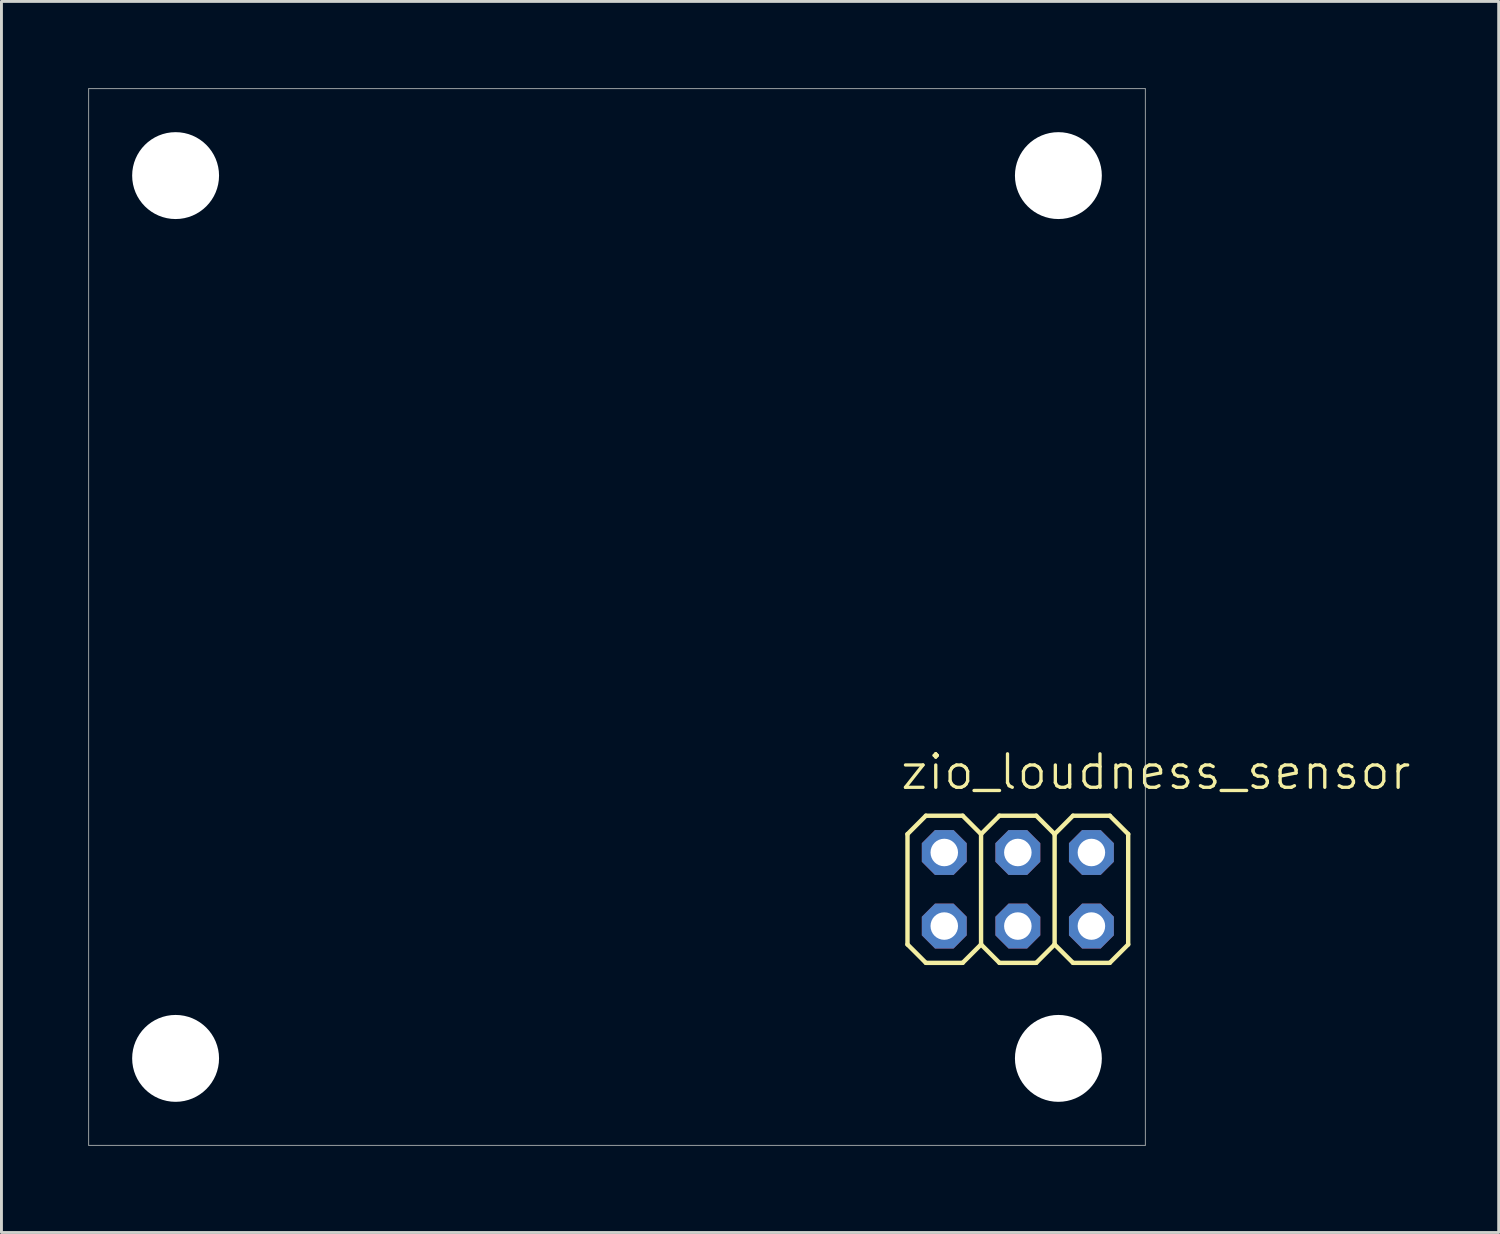
<source format=kicad_pcb>
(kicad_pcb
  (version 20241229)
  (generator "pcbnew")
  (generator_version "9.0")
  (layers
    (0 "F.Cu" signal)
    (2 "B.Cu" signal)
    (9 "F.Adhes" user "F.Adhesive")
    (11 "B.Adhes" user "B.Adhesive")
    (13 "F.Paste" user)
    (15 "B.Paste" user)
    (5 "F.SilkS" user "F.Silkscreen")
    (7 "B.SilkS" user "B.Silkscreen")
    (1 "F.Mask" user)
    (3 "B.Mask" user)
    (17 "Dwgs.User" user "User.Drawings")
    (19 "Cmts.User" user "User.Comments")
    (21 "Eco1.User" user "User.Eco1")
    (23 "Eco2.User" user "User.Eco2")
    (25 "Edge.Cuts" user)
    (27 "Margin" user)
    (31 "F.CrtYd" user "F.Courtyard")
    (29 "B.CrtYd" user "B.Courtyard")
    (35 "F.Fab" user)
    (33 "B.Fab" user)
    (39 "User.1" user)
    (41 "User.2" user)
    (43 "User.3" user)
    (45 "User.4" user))
  (footprint "zio_loudness_sensor"
    (layer "F.Cu")
    (at 31.973 27.654)
    (property "Reference" "zio_loudness_sensor" (at -4 -4.05 0) (layer "F.SilkS") (effects (font (size 1.156 1.156) (thickness 0.114)) (justify left)))
    (fp_line (start -3.69 -1.905) (end -3.055 -2.54) (stroke (width 0.152) (type solid)) (layer "F.SilkS"))
    (fp_line (start -3.69 1.905) (end -3.69 -1.905) (stroke (width 0.152) (type solid)) (layer "F.SilkS"))
    (fp_line (start -3.69 1.905) (end -3.055 2.54) (stroke (width 0.152) (type solid)) (layer "F.SilkS"))
    (fp_line (start -3.055 -2.54) (end -1.785 -2.54) (stroke (width 0.152) (type solid)) (layer "F.SilkS"))
    (fp_line (start -3.055 2.54) (end -1.785 2.54) (stroke (width 0.152) (type solid)) (layer "F.SilkS"))
    (fp_line (start -1.785 -2.54) (end -1.15 -1.905) (stroke (width 0.152) (type solid)) (layer "F.SilkS"))
    (fp_line (start -1.785 2.54) (end -1.15 1.905) (stroke (width 0.152) (type solid)) (layer "F.SilkS"))
    (fp_line (start -1.15 -1.905) (end -1.15 1.905) (stroke (width 0.152) (type solid)) (layer "F.SilkS"))
    (fp_line (start -1.15 -1.905) (end -0.515 -2.54) (stroke (width 0.152) (type solid)) (layer "F.SilkS"))
    (fp_line (start -1.15 1.905) (end -0.515 2.54) (stroke (width 0.152) (type solid)) (layer "F.SilkS"))
    (fp_line (start -0.515 -2.54) (end 0.755 -2.54) (stroke (width 0.152) (type solid)) (layer "F.SilkS"))
    (fp_line (start -0.515 2.54) (end 0.755 2.54) (stroke (width 0.152) (type solid)) (layer "F.SilkS"))
    (fp_line (start 0.755 -2.54) (end 1.39 -1.905) (stroke (width 0.152) (type solid)) (layer "F.SilkS"))
    (fp_line (start 0.755 2.54) (end 1.39 1.905) (stroke (width 0.152) (type solid)) (layer "F.SilkS"))
    (fp_line (start 1.39 -1.905) (end 1.39 1.905) (stroke (width 0.152) (type solid)) (layer "F.SilkS"))
    (fp_line (start 1.39 -1.905) (end 2.025 -2.54) (stroke (width 0.152) (type solid)) (layer "F.SilkS"))
    (fp_line (start 1.39 1.905) (end 2.025 2.54) (stroke (width 0.152) (type solid)) (layer "F.SilkS"))
    (fp_line (start 2.025 -2.54) (end 3.295 -2.54) (stroke (width 0.152) (type solid)) (layer "F.SilkS"))
    (fp_line (start 2.025 2.54) (end 3.295 2.54) (stroke (width 0.152) (type solid)) (layer "F.SilkS"))
    (fp_line (start 3.295 -2.54) (end 3.93 -1.905) (stroke (width 0.152) (type solid)) (layer "F.SilkS"))
    (fp_line (start 3.295 2.54) (end 3.93 1.905) (stroke (width 0.152) (type solid)) (layer "F.SilkS"))
    (fp_line (start 3.93 -1.905) (end 3.93 1.905) (stroke (width 0.152) (type solid)) (layer "F.SilkS"))
    (fp_line (start -31.96 -27.641) (end -31.96 8.839) (stroke (width 0.025) (type solid)) (layer "Edge.Cuts"))
    (fp_line (start -31.96 8.839) (end 4.52 8.839) (stroke (width 0.025) (type solid)) (layer "Edge.Cuts"))
    (fp_line (start 4.52 -27.641) (end -31.96 -27.641) (stroke (width 0.025) (type solid)) (layer "Edge.Cuts"))
    (fp_line (start 4.52 8.839) (end 4.52 -27.641) (stroke (width 0.025) (type solid)) (layer "Edge.Cuts"))
    (pad "" np_thru_hole circle (at -28.96 -24.641) (size 3 3) (drill 3) (layers "*.Cu" "*.Mask"))
    (pad "" np_thru_hole circle (at -28.96 5.839) (size 3 3) (drill 3) (layers "*.Cu" "*.Mask"))
    (pad "" np_thru_hole circle (at 1.52 -24.641) (size 3 3) (drill 3) (layers "*.Cu" "*.Mask"))
    (pad "" np_thru_hole circle (at 1.52 5.839) (size 3 3) (drill 3) (layers "*.Cu" "*.Mask"))
    (pad "1" thru_hole roundrect (at -2.42 1.27) (size 1.55 1.55) (drill 0.95) (layers "*.Cu" "*.Mask") (roundrect_rratio 0.25) (chamfer_ratio 0.293) (chamfer top_left top_right bottom_left bottom_right))
    (pad "2" thru_hole roundrect (at -2.42 -1.27) (size 1.55 1.55) (drill 0.95) (layers "*.Cu" "*.Mask") (roundrect_rratio 0.25) (chamfer_ratio 0.293) (chamfer top_left top_right bottom_left bottom_right))
    (pad "3" thru_hole roundrect (at 0.12 1.27) (size 1.55 1.55) (drill 0.95) (layers "*.Cu" "*.Mask") (roundrect_rratio 0.25) (chamfer_ratio 0.293) (chamfer top_left top_right bottom_left bottom_right))
    (pad "4" thru_hole roundrect (at 0.12 -1.27) (size 1.55 1.55) (drill 0.95) (layers "*.Cu" "*.Mask") (roundrect_rratio 0.25) (chamfer_ratio 0.293) (chamfer top_left top_right bottom_left bottom_right))
    (pad "5" thru_hole roundrect (at 2.66 1.27) (size 1.55 1.55) (drill 0.95) (layers "*.Cu" "*.Mask") (roundrect_rratio 0.25) (chamfer_ratio 0.293) (chamfer top_left top_right bottom_left bottom_right))
    (pad "6" thru_hole roundrect (at 2.66 -1.27) (size 1.55 1.55) (drill 0.95) (layers "*.Cu" "*.Mask") (roundrect_rratio 0.25) (chamfer_ratio 0.293) (chamfer top_left top_right bottom_left bottom_right)))
  (gr_rect
    (start -3 -3)
    (end 48.695 39.505)
    (stroke (width 0.1) (type default))
    (fill no)
    (layer "Edge.Cuts")))
</source>
